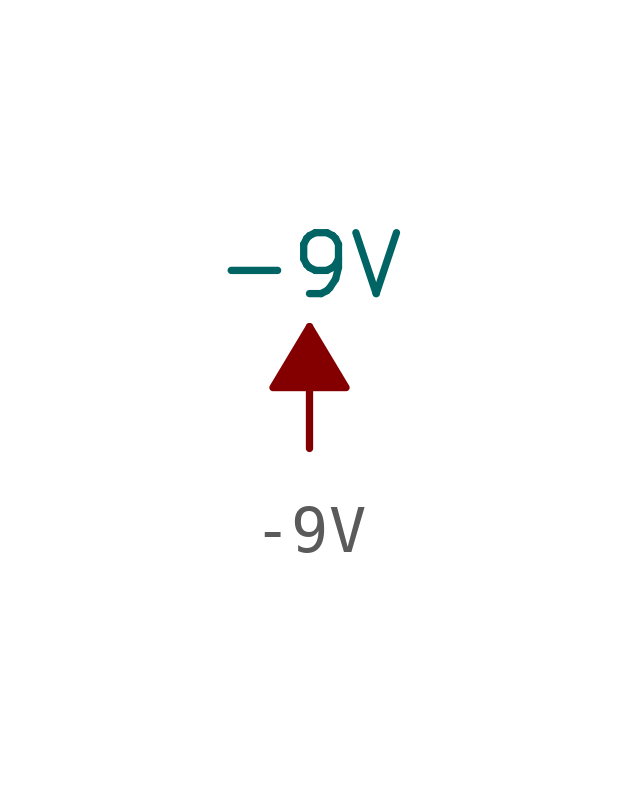
<source format=kicad_sym>
(kicad_symbol_lib
  (version 20211014)
  (generator kicad_symbol_editor)
  (symbol "-9V"
    (power)
    (pin_names
      (offset 0))
    (property "Reference" "#PWR"
      (at 0 -3.175 0)
      (effects (font (size 1.27 1.27)) hide))
    (property "Value" "-9V"
      (at 0 3.81 0)
      (effects (font (size 1.27 1.27))))
    (symbol "-9V_0_1"
      (polyline (pts (xy 0 0) (xy 0 2.54)) (stroke (width 0) (type default) (color 0 0 0 0)) (fill (type none)))
      (polyline (pts (xy 0.762 1.27) (xy -0.762 1.27) (xy 0 2.54) (xy 0.762 1.27)) (stroke (width 0) (type default) (color 0 0 0 0)) (fill (type outline))))
    (symbol "-9V_1_1"
      (pin power_in line (at 0 0 90) (length 0) hide (name "-9V" (effects (font (size 1.27 1.27)))) (number "1" (effects (font (size 1.27 1.27))))))))
</source>
